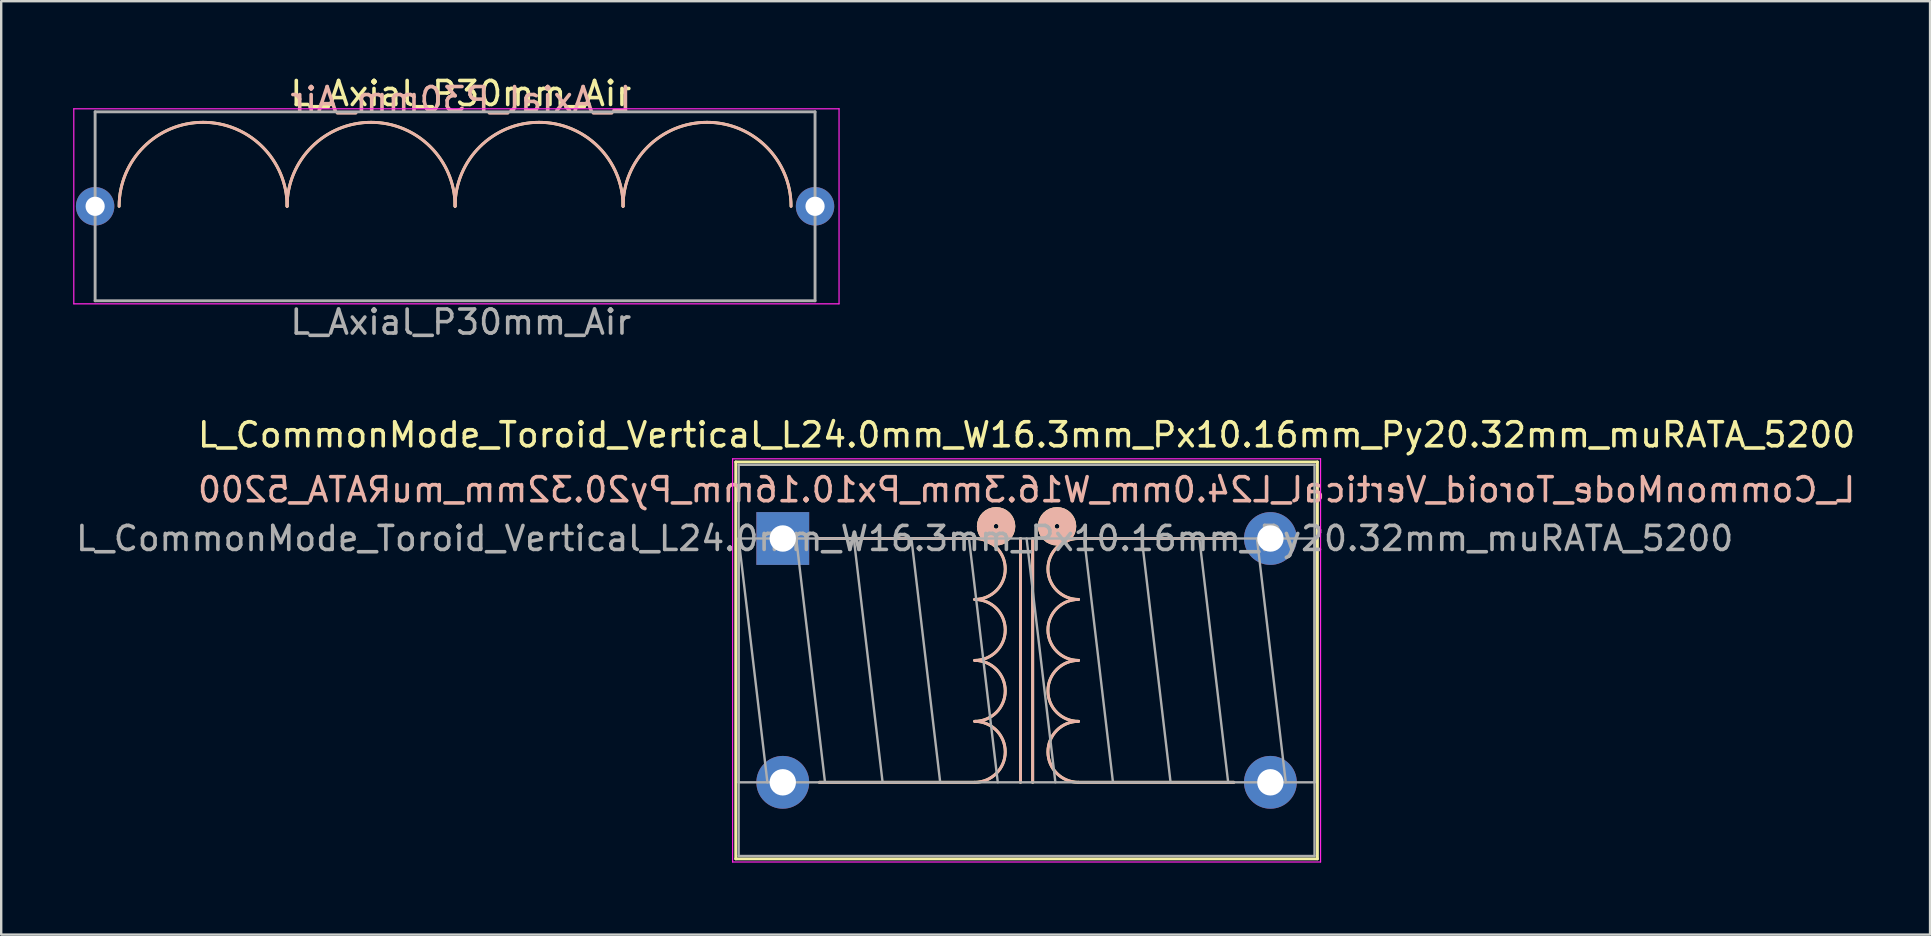
<source format=kicad_pcb>
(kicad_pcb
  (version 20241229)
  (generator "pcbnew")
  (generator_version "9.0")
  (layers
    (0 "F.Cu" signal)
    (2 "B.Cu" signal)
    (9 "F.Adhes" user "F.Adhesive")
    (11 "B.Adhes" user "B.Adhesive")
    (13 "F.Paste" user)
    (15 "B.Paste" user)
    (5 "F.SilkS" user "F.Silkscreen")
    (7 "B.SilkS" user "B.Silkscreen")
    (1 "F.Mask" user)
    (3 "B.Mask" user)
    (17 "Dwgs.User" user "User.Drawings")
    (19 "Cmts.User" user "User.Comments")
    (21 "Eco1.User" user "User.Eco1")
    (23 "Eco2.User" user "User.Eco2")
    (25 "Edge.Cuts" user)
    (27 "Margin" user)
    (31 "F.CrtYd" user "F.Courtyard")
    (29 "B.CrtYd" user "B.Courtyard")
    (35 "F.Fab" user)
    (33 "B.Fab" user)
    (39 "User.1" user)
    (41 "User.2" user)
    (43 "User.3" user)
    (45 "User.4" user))
  (footprint "L_Axial_P30mm_Air"
    (layer "F.Cu")
    (at 0.914 5.547)
    (property "Reference" "L_Axial_P30mm_Air" (at 15.24 -4.699 0) (layer "F.SilkS") (effects (font (size 1 1) (thickness 0.15))))
    (fp_arc (start 1 0) (mid 4.5 -3.5) (end 8 0) (stroke (width 0.12) (type solid)) (layer "F.SilkS"))
    (fp_arc (start 8 0) (mid 11.5 -3.5) (end 15 0) (stroke (width 0.12) (type solid)) (layer "F.SilkS"))
    (fp_arc (start 15 0) (mid 18.5 -3.5) (end 22 0) (stroke (width 0.12) (type solid)) (layer "F.SilkS"))
    (fp_arc (start 22 0) (mid 25.5 -3.5) (end 29 0) (stroke (width 0.12) (type solid)) (layer "F.SilkS"))
    (fp_arc (start 1 0) (mid 4.5 -3.5) (end 8 0) (stroke (width 0.12) (type solid)) (layer "B.SilkS"))
    (fp_arc (start 8 0) (mid 11.5 -3.5) (end 15 0) (stroke (width 0.12) (type solid)) (layer "B.SilkS"))
    (fp_arc (start 15 0) (mid 18.5 -3.5) (end 22 0) (stroke (width 0.12) (type solid)) (layer "B.SilkS"))
    (fp_arc (start 22 0) (mid 25.5 -3.5) (end 29 0) (stroke (width 0.12) (type solid)) (layer "B.SilkS"))
    (fp_line (start -0.889 -4.064) (end -0.889 4.064) (stroke (width 0.05) (type solid)) (layer "F.CrtYd"))
    (fp_line (start -0.889 4.064) (end 31 4.064) (stroke (width 0.05) (type solid)) (layer "F.CrtYd"))
    (fp_line (start 31 -4.064) (end -0.889 -4.064) (stroke (width 0.05) (type solid)) (layer "F.CrtYd"))
    (fp_line (start 31 4.064) (end 31 -4.064) (stroke (width 0.05) (type solid)) (layer "F.CrtYd"))
    (fp_line (start 0 -3.937) (end 30 -3.937) (stroke (width 0.12) (type solid)) (layer "F.Fab"))
    (fp_line (start 0 0) (end 0 -3.937) (stroke (width 0.12) (type solid)) (layer "F.Fab"))
    (fp_line (start 0 0) (end 0 3.937) (stroke (width 0.12) (type solid)) (layer "F.Fab"))
    (fp_line (start 0 3.937) (end 30 3.937) (stroke (width 0.12) (type solid)) (layer "F.Fab"))
    (fp_line (start 30 -3.937) (end 30 0) (stroke (width 0.12) (type solid)) (layer "F.Fab"))
    (fp_line (start 30 3.937) (end 30 0) (stroke (width 0.12) (type solid)) (layer "F.Fab"))
    (fp_text user "${REFERENCE}" (at 15.24 -4.445 0) (layer "B.SilkS") (effects (font (size 1 1) (thickness 0.15)) (justify mirror)))
    (fp_text user "${REFERENCE}" (at 15.24 4.826 0) (layer "F.Fab") (effects (font (size 1 1) (thickness 0.15))))
    (pad "1" thru_hole circle (at 0 0) (size 1.6 1.6) (drill 0.8) (layers "*.Cu" "*.Mask"))
    (pad "2" thru_hole oval (at 30 0) (size 1.6 1.6) (drill 0.8) (layers "*.Cu" "*.Mask")))
  (footprint "L_CommonMode_Toroid_Vertical_L24.0mm_W16.3mm_Px10.16mm_Py20.32mm_muRATA_5200"
    (layer "F.Cu")
    (at 29.569 19.39)
    (property "Reference" "L_CommonMode_Toroid_Vertical_L24.0mm_W16.3mm_Px10.16mm_Py20.32mm_muRATA_5200" (at 10.16 -4.32 0) (layer "F.SilkS") (effects (font (size 1 1) (thickness 0.15))))
    (fp_line (start -1.96 -3.19) (end -1.96 13.35) (stroke (width 0.12) (type solid)) (layer "F.SilkS"))
    (fp_line (start -1.96 -3.19) (end 22.28 -3.19) (stroke (width 0.12) (type solid)) (layer "F.SilkS"))
    (fp_line (start -1.96 13.35) (end 22.28 13.35) (stroke (width 0.12) (type solid)) (layer "F.SilkS"))
    (fp_line (start 1.524 0) (end 8.001 0) (stroke (width 0.12) (type solid)) (layer "F.SilkS"))
    (fp_line (start 1.524 10.16) (end 8.001 10.16) (stroke (width 0.12) (type solid)) (layer "F.SilkS"))
    (fp_line (start 9.906 10.16) (end 9.906 0) (stroke (width 0.12) (type solid)) (layer "F.SilkS"))
    (fp_line (start 10.414 0) (end 10.414 10.16) (stroke (width 0.12) (type solid)) (layer "F.SilkS"))
    (fp_line (start 12.319 0) (end 18.796 0) (stroke (width 0.12) (type solid)) (layer "F.SilkS"))
    (fp_line (start 12.319 10.16) (end 18.796 10.16) (stroke (width 0.12) (type solid)) (layer "F.SilkS"))
    (fp_line (start 22.28 -3.19) (end 22.28 13.35) (stroke (width 0.12) (type solid)) (layer "F.SilkS"))
    (fp_arc (start 8.001 0) (mid 9.271 1.27) (end 8.001 2.54) (stroke (width 0.12) (type solid)) (layer "F.SilkS"))
    (fp_arc (start 8.001 2.54) (mid 9.271 3.81) (end 8.001 5.08) (stroke (width 0.12) (type solid)) (layer "F.SilkS"))
    (fp_arc (start 8.001 5.08) (mid 9.271 6.35) (end 8.001 7.62) (stroke (width 0.12) (type solid)) (layer "F.SilkS"))
    (fp_arc (start 8.001 7.62) (mid 9.271 8.89) (end 8.001 10.16) (stroke (width 0.12) (type solid)) (layer "F.SilkS"))
    (fp_arc (start 12.319 2.54) (mid 11.049 1.27) (end 12.319 0) (stroke (width 0.12) (type solid)) (layer "F.SilkS"))
    (fp_arc (start 12.319 5.08) (mid 11.049 3.81) (end 12.319 2.54) (stroke (width 0.12) (type solid)) (layer "F.SilkS"))
    (fp_arc (start 12.319 7.62) (mid 11.049 6.35) (end 12.319 5.08) (stroke (width 0.12) (type solid)) (layer "F.SilkS"))
    (fp_arc (start 12.319 10.16) (mid 11.049 8.89) (end 12.319 7.62) (stroke (width 0.12) (type solid)) (layer "F.SilkS"))
    (fp_circle (center 8.89 -0.508) (end 8.99 -0.508) (stroke (width 0.7) (type solid)) (fill no) (layer "F.SilkS"))
    (fp_circle (center 11.43 -0.508) (end 11.53 -0.508) (stroke (width 0.7) (type solid)) (fill no) (layer "F.SilkS"))
    (fp_line (start 8.001 0) (end 1.524 0) (stroke (width 0.12) (type solid)) (layer "B.SilkS"))
    (fp_line (start 8.001 10.16) (end 1.524 10.16) (stroke (width 0.12) (type solid)) (layer "B.SilkS"))
    (fp_line (start 9.906 0) (end 9.906 10.16) (stroke (width 0.12) (type solid)) (layer "B.SilkS"))
    (fp_line (start 10.414 10.16) (end 10.414 0) (stroke (width 0.12) (type solid)) (layer "B.SilkS"))
    (fp_line (start 18.796 0) (end 12.319 0) (stroke (width 0.12) (type solid)) (layer "B.SilkS"))
    (fp_line (start 18.796 10.16) (end 12.319 10.16) (stroke (width 0.12) (type solid)) (layer "B.SilkS"))
    (fp_arc (start 8.001 0) (mid 9.271 1.27) (end 8.001 2.54) (stroke (width 0.12) (type solid)) (layer "B.SilkS"))
    (fp_arc (start 8.001 2.54) (mid 9.271 3.81) (end 8.001 5.08) (stroke (width 0.12) (type solid)) (layer "B.SilkS"))
    (fp_arc (start 8.001 5.08) (mid 9.271 6.35) (end 8.001 7.62) (stroke (width 0.12) (type solid)) (layer "B.SilkS"))
    (fp_arc (start 8.001 7.62) (mid 9.271 8.89) (end 8.001 10.16) (stroke (width 0.12) (type solid)) (layer "B.SilkS"))
    (fp_arc (start 12.319 2.54) (mid 11.049 1.27) (end 12.319 0) (stroke (width 0.12) (type solid)) (layer "B.SilkS"))
    (fp_arc (start 12.319 5.08) (mid 11.049 3.81) (end 12.319 2.54) (stroke (width 0.12) (type solid)) (layer "B.SilkS"))
    (fp_arc (start 12.319 7.62) (mid 11.049 6.35) (end 12.319 5.08) (stroke (width 0.12) (type solid)) (layer "B.SilkS"))
    (fp_arc (start 12.319 10.16) (mid 11.049 8.89) (end 12.319 7.62) (stroke (width 0.12) (type solid)) (layer "B.SilkS"))
    (fp_circle (center 8.89 -0.508) (end 8.79 -0.508) (stroke (width 0.7) (type solid)) (fill no) (layer "B.SilkS"))
    (fp_circle (center 11.43 -0.508) (end 11.33 -0.508) (stroke (width 0.7) (type solid)) (fill no) (layer "B.SilkS"))
    (fp_line (start -2.09 -3.32) (end -2.09 13.48) (stroke (width 0.05) (type solid)) (layer "F.CrtYd"))
    (fp_line (start -2.09 13.48) (end 22.41 13.48) (stroke (width 0.05) (type solid)) (layer "F.CrtYd"))
    (fp_line (start 22.41 -3.32) (end -2.09 -3.32) (stroke (width 0.05) (type solid)) (layer "F.CrtYd"))
    (fp_line (start 22.41 13.48) (end 22.41 -3.32) (stroke (width 0.05) (type solid)) (layer "F.CrtYd"))
    (fp_line (start -1.84 -3.07) (end -1.84 13.23) (stroke (width 0.1) (type solid)) (layer "F.Fab"))
    (fp_line (start -1.84 0) (end -1.84 10.16) (stroke (width 0.1) (type solid)) (layer "F.Fab"))
    (fp_line (start -1.84 0) (end -0.64 10.16) (stroke (width 0.1) (type solid)) (layer "F.Fab"))
    (fp_line (start -1.84 10.16) (end 22.16 10.16) (stroke (width 0.1) (type solid)) (layer "F.Fab"))
    (fp_line (start -1.84 13.23) (end 22.16 13.23) (stroke (width 0.1) (type solid)) (layer "F.Fab"))
    (fp_line (start 0.56 0) (end 1.76 10.16) (stroke (width 0.1) (type solid)) (layer "F.Fab"))
    (fp_line (start 2.96 0) (end 4.16 10.16) (stroke (width 0.1) (type solid)) (layer "F.Fab"))
    (fp_line (start 5.36 0) (end 6.56 10.16) (stroke (width 0.1) (type solid)) (layer "F.Fab"))
    (fp_line (start 7.76 0) (end 8.96 10.16) (stroke (width 0.1) (type solid)) (layer "F.Fab"))
    (fp_line (start 10.16 0) (end 11.36 10.16) (stroke (width 0.1) (type solid)) (layer "F.Fab"))
    (fp_line (start 12.56 0) (end 13.76 10.16) (stroke (width 0.1) (type solid)) (layer "F.Fab"))
    (fp_line (start 14.96 0) (end 16.16 10.16) (stroke (width 0.1) (type solid)) (layer "F.Fab"))
    (fp_line (start 17.36 0) (end 18.56 10.16) (stroke (width 0.1) (type solid)) (layer "F.Fab"))
    (fp_line (start 19.76 0) (end 20.96 10.16) (stroke (width 0.1) (type solid)) (layer "F.Fab"))
    (fp_line (start 22.16 -3.07) (end -1.84 -3.07) (stroke (width 0.1) (type solid)) (layer "F.Fab"))
    (fp_line (start 22.16 0) (end -1.84 0) (stroke (width 0.1) (type solid)) (layer "F.Fab"))
    (fp_line (start 22.16 10.16) (end 22.16 0) (stroke (width 0.1) (type solid)) (layer "F.Fab"))
    (fp_line (start 22.16 13.23) (end 22.16 -3.07) (stroke (width 0.1) (type solid)) (layer "F.Fab"))
    (fp_text user "${REFERENCE}" (at 10.16 -2.032 0) (layer "B.SilkS") (effects (font (size 1 1) (thickness 0.15)) (justify mirror)))
    (fp_text user "${REFERENCE}" (at 5.08 0 0) (layer "F.Fab") (effects (font (size 1 1) (thickness 0.15))))
    (pad "1" thru_hole rect (at 0 0) (size 2.2 2.2) (drill 1.1) (layers "*.Cu" "*.Mask"))
    (pad "2" thru_hole circle (at 0 10.16) (size 2.2 2.2) (drill 1.1) (layers "*.Cu" "*.Mask"))
    (pad "3" thru_hole circle (at 20.32 10.16) (size 2.2 2.2) (drill 1.1) (layers "*.Cu" "*.Mask"))
    (pad "4" thru_hole circle (at 20.32 0) (size 2.2 2.2) (drill 1.1) (layers "*.Cu" "*.Mask")))
  (gr_rect
    (start -3 -3)
    (end 77.378 35.895)
    (stroke (width 0.1) (type default))
    (fill no)
    (layer "Edge.Cuts")))
</source>
